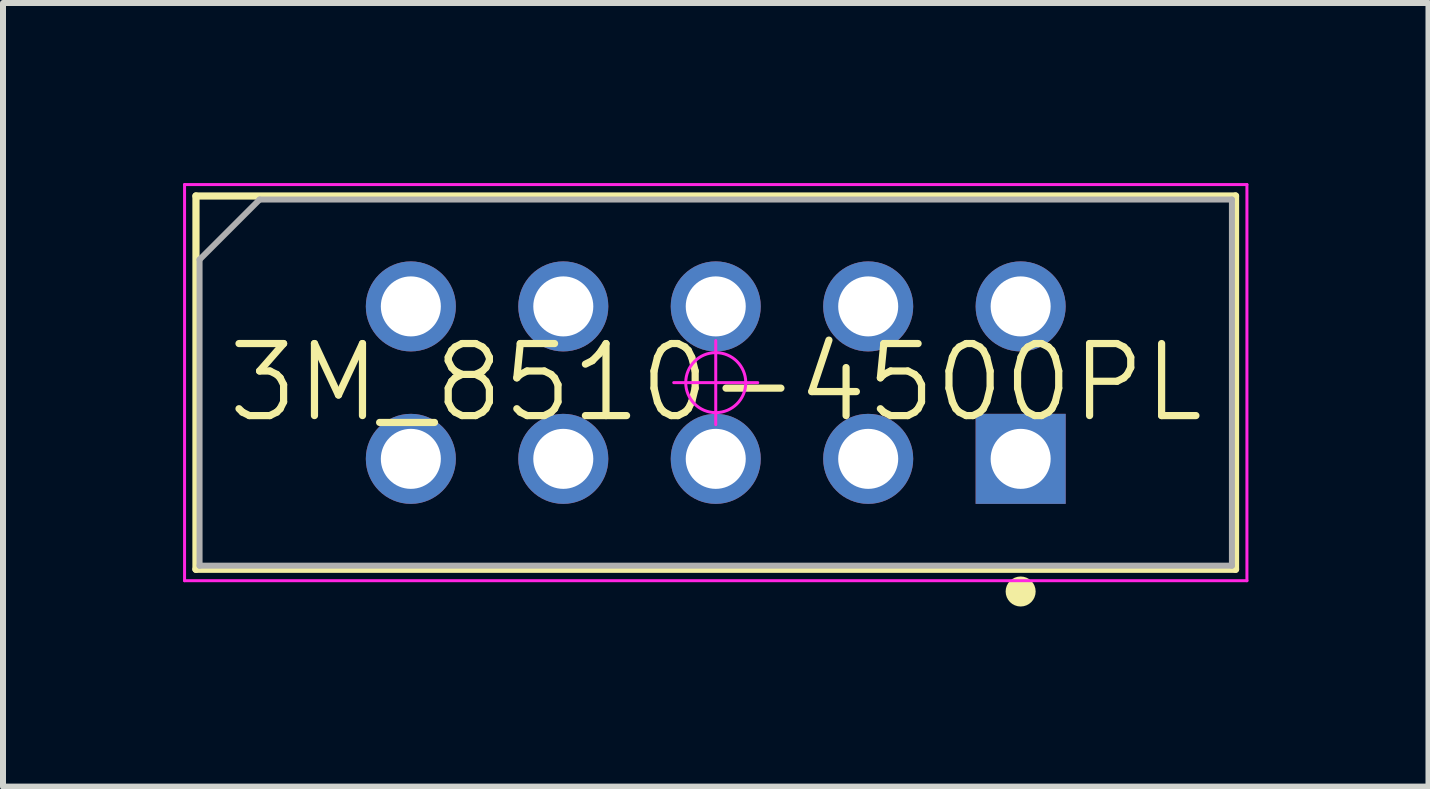
<source format=kicad_pcb>
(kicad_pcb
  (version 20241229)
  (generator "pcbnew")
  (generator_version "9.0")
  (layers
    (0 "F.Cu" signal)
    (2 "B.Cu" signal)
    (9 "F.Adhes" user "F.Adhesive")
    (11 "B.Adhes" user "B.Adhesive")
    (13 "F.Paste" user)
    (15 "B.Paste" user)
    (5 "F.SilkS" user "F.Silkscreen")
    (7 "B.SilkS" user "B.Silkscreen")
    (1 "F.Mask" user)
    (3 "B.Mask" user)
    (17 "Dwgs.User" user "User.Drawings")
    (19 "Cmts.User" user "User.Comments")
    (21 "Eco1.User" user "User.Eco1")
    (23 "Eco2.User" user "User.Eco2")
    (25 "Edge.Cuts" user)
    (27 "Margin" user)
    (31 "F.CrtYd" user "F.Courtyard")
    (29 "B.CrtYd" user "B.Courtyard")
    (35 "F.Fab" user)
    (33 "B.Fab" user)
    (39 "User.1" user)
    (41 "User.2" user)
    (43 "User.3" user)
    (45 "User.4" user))
  (footprint "3M_8510-4500PL"
    (layer "F.Cu")
    (at 8.875 3.325)
    (property "Reference" "3M_8510-4500PL" (at 0 0 0) (layer "F.SilkS") (effects (font (size 1.2 1.2) (thickness 0.12))))
    (attr through_hole)
    (fp_line (start -8.66 -3.11) (end 8.66 -3.11) (stroke (width 0.12) (type solid)) (layer "F.SilkS"))
    (fp_line (start -8.66 3.11) (end -8.66 -3.11) (stroke (width 0.12) (type solid)) (layer "F.SilkS"))
    (fp_line (start 8.66 -3.11) (end 8.66 3.11) (stroke (width 0.12) (type solid)) (layer "F.SilkS"))
    (fp_line (start 8.66 3.11) (end -8.66 3.11) (stroke (width 0.12) (type solid)) (layer "F.SilkS"))
    (fp_circle (center 5.08 3.48) (end 5.08 3.605) (stroke (width 0.25) (type solid)) (fill no) (layer "F.SilkS"))
    (fp_line (start -8.85 -3.3) (end 8.85 -3.3) (stroke (width 0.05) (type solid)) (layer "F.CrtYd"))
    (fp_line (start -8.85 3.3) (end -8.85 -3.3) (stroke (width 0.05) (type solid)) (layer "F.CrtYd"))
    (fp_line (start -0.7 0) (end 0.7 0) (stroke (width 0.05) (type solid)) (layer "F.CrtYd"))
    (fp_line (start 0 -0.7) (end 0 0.7) (stroke (width 0.05) (type solid)) (layer "F.CrtYd"))
    (fp_line (start 8.85 -3.3) (end 8.85 3.3) (stroke (width 0.05) (type solid)) (layer "F.CrtYd"))
    (fp_line (start 8.85 3.3) (end -8.85 3.3) (stroke (width 0.05) (type solid)) (layer "F.CrtYd"))
    (fp_circle (center 0 0) (end 0 0.5) (stroke (width 0.05) (type solid)) (fill no) (layer "F.CrtYd"))
    (fp_line (start -8.6 -2.05) (end -7.6 -3.05) (stroke (width 0.1) (type solid)) (layer "F.Fab"))
    (fp_line (start -8.6 3.05) (end -8.6 -2.05) (stroke (width 0.1) (type solid)) (layer "F.Fab"))
    (fp_line (start -7.6 -3.05) (end 8.6 -3.05) (stroke (width 0.1) (type solid)) (layer "F.Fab"))
    (fp_line (start 8.6 -3.05) (end 8.6 3.05) (stroke (width 0.1) (type solid)) (layer "F.Fab"))
    (fp_line (start 8.6 3.05) (end -8.6 3.05) (stroke (width 0.1) (type solid)) (layer "F.Fab"))
    (pad "1" thru_hole rect (at 5.08 1.27) (size 1.5 1.5) (drill 1) (layers "*.Cu" "*.Paste" "*.Mask"))
    (pad "2" thru_hole circle (at 5.08 -1.27) (size 1.5 1.5) (drill 1) (layers "*.Cu" "*.Paste" "*.Mask"))
    (pad "3" thru_hole circle (at 2.54 1.27) (size 1.5 1.5) (drill 1) (layers "*.Cu" "*.Paste" "*.Mask"))
    (pad "4" thru_hole circle (at 2.54 -1.27) (size 1.5 1.5) (drill 1) (layers "*.Cu" "*.Paste" "*.Mask"))
    (pad "5" thru_hole circle (at 0 1.27) (size 1.5 1.5) (drill 1) (layers "*.Cu" "*.Paste" "*.Mask"))
    (pad "6" thru_hole circle (at 0 -1.27) (size 1.5 1.5) (drill 1) (layers "*.Cu" "*.Paste" "*.Mask"))
    (pad "7" thru_hole circle (at -2.54 1.27) (size 1.5 1.5) (drill 1) (layers "*.Cu" "*.Paste" "*.Mask"))
    (pad "8" thru_hole circle (at -2.54 -1.27) (size 1.5 1.5) (drill 1) (layers "*.Cu" "*.Paste" "*.Mask"))
    (pad "9" thru_hole circle (at -5.08 1.27) (size 1.5 1.5) (drill 1) (layers "*.Cu" "*.Paste" "*.Mask"))
    (pad "10" thru_hole circle (at -5.08 -1.27) (size 1.5 1.5) (drill 1) (layers "*.Cu" "*.Paste" "*.Mask")))
  (gr_rect
    (start -3 -3)
    (end 20.75 10.055)
    (stroke (width 0.1) (type default))
    (fill no)
    (layer "Edge.Cuts")))
</source>
